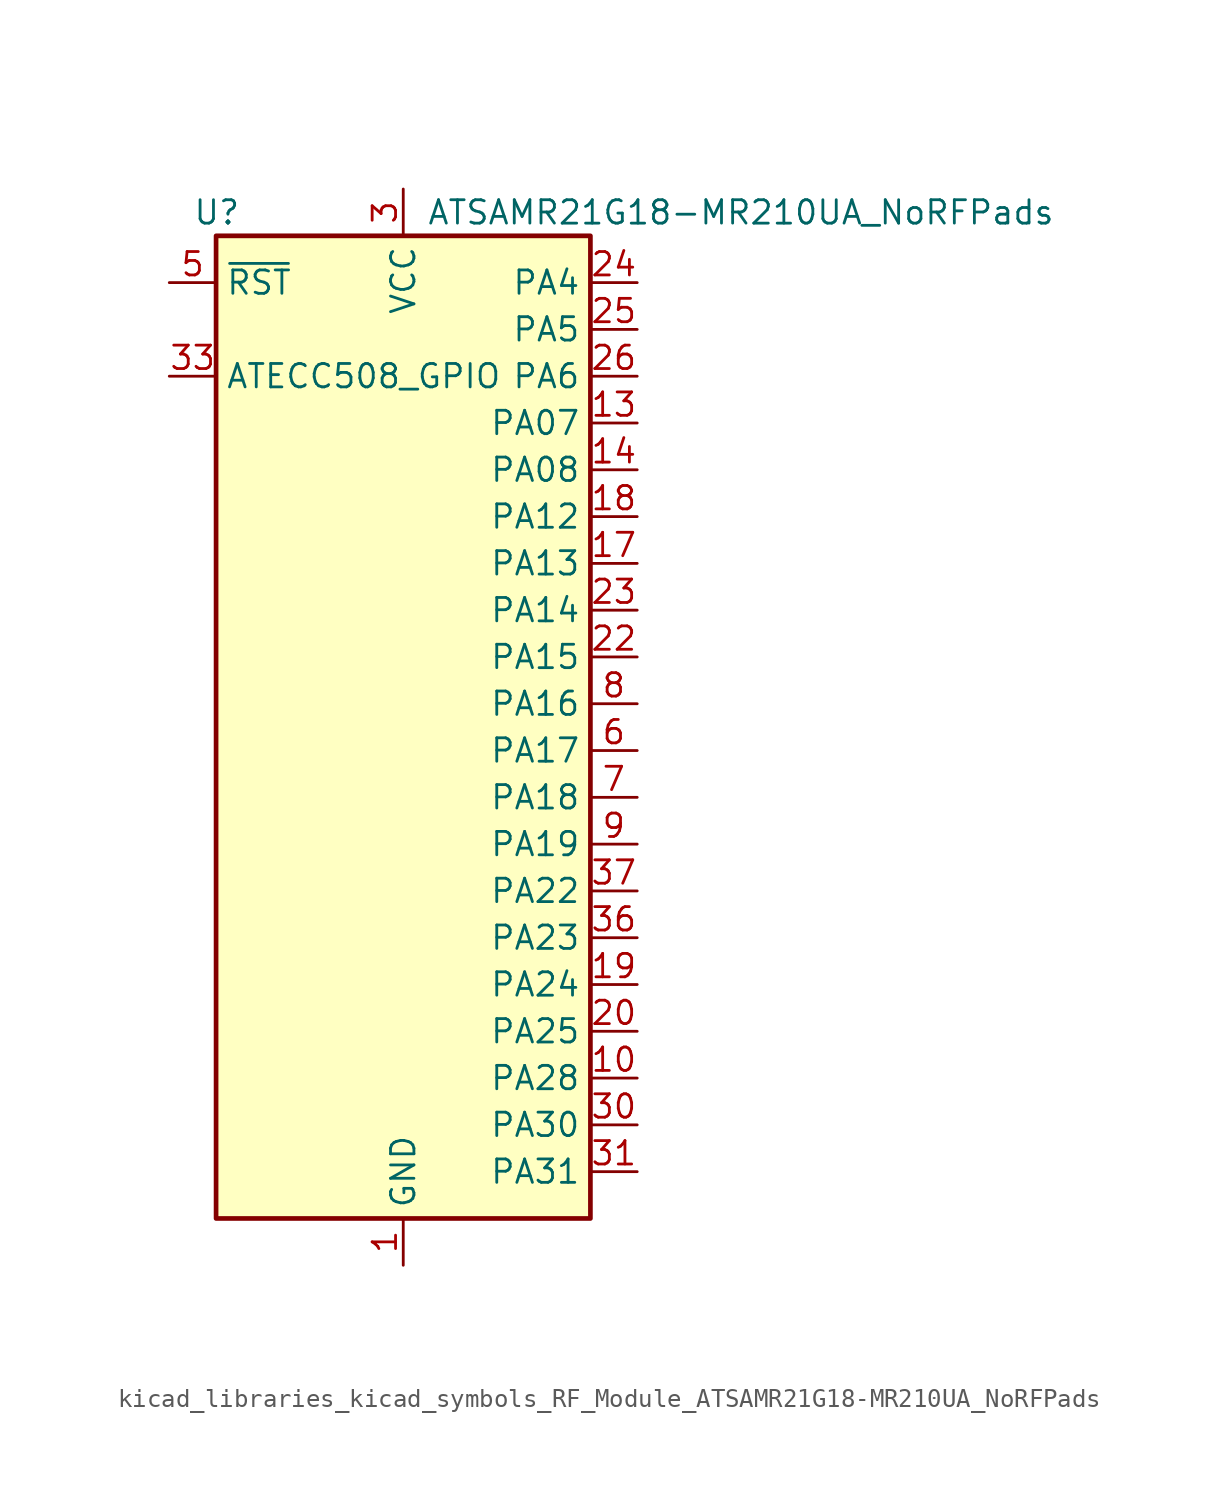
<source format=kicad_sym>
(kicad_symbol_lib
  (version 20220914)
  (generator kicad_symbol_editor)
  (symbol "kicad_libraries_kicad_symbols_RF_Module_ATSAMR21G18-MR210UA_NoRFPads"
    (property "Reference" "U"
      (at -11.43 29.21 0)
      (effects (font (size 1.27 1.27)) (justify left)))
    (property "Value" "ATSAMR21G18-MR210UA_NoRFPads"
      (at 1.27 29.21 0)
      (effects (font (size 1.27 1.27)) (justify left)))
    (symbol "kicad_libraries_kicad_symbols_RF_Module_ATSAMR21G18-MR210UA_NoRFPads_1_1"
      (rectangle (start -10.16 27.94) (end 10.16 -25.4) (stroke (width 0.254) (type default)) (fill (type background)))
      (pin power_in line (at 0 -27.94 90) (length 2.54) (name "GND" (effects (font (size 1.27 1.27)))) (number "1" (effects (font (size 1.27 1.27)))))
      (pin bidirectional line (at 12.7 -17.78 180) (length 2.54) (name "PA28" (effects (font (size 1.27 1.27)))) (number "10" (effects (font (size 1.27 1.27)))))
      (pin no_connect line (at -10.16 15.24 0) (length 2.54) hide (name "NC" (effects (font (size 1.27 1.27)))) (number "11" (effects (font (size 1.27 1.27)))))
      (pin passive line (at 0 -27.94 90) (length 2.54) hide (name "GND" (effects (font (size 1.27 1.27)))) (number "12" (effects (font (size 1.27 1.27)))))
      (pin bidirectional line (at 12.7 17.78 180) (length 2.54) (name "PA07" (effects (font (size 1.27 1.27)))) (number "13" (effects (font (size 1.27 1.27)))))
      (pin bidirectional line (at 12.7 15.24 180) (length 2.54) (name "PA08" (effects (font (size 1.27 1.27)))) (number "14" (effects (font (size 1.27 1.27)))))
      (pin no_connect line (at -10.16 12.7 0) (length 2.54) hide (name "NC" (effects (font (size 1.27 1.27)))) (number "15" (effects (font (size 1.27 1.27)))))
      (pin no_connect line (at -10.16 10.16 0) (length 2.54) hide (name "NC" (effects (font (size 1.27 1.27)))) (number "16" (effects (font (size 1.27 1.27)))))
      (pin bidirectional line (at 12.7 10.16 180) (length 2.54) (name "PA13" (effects (font (size 1.27 1.27)))) (number "17" (effects (font (size 1.27 1.27)))))
      (pin bidirectional line (at 12.7 12.7 180) (length 2.54) (name "PA12" (effects (font (size 1.27 1.27)))) (number "18" (effects (font (size 1.27 1.27)))))
      (pin bidirectional line (at 12.7 -12.7 180) (length 2.54) (name "PA24" (effects (font (size 1.27 1.27)))) (number "19" (effects (font (size 1.27 1.27)))))
      (pin passive line (at 0 -27.94 90) (length 2.54) hide (name "GND" (effects (font (size 1.27 1.27)))) (number "2" (effects (font (size 1.27 1.27)))))
      (pin bidirectional line (at 12.7 -15.24 180) (length 2.54) (name "PA25" (effects (font (size 1.27 1.27)))) (number "20" (effects (font (size 1.27 1.27)))))
      (pin no_connect line (at -10.16 7.62 0) (length 2.54) hide (name "NC" (effects (font (size 1.27 1.27)))) (number "21" (effects (font (size 1.27 1.27)))))
      (pin bidirectional line (at 12.7 5.08 180) (length 2.54) (name "PA15" (effects (font (size 1.27 1.27)))) (number "22" (effects (font (size 1.27 1.27)))))
      (pin bidirectional line (at 12.7 7.62 180) (length 2.54) (name "PA14" (effects (font (size 1.27 1.27)))) (number "23" (effects (font (size 1.27 1.27)))))
      (pin bidirectional line (at 12.7 25.4 180) (length 2.54) (name "PA4" (effects (font (size 1.27 1.27)))) (number "24" (effects (font (size 1.27 1.27)))))
      (pin bidirectional line (at 12.7 22.86 180) (length 2.54) (name "PA5" (effects (font (size 1.27 1.27)))) (number "25" (effects (font (size 1.27 1.27)))))
      (pin bidirectional line (at 12.7 20.32 180) (length 2.54) (name "PA6" (effects (font (size 1.27 1.27)))) (number "26" (effects (font (size 1.27 1.27)))))
      (pin no_connect line (at -10.16 5.08 0) (length 2.54) hide (name "NC" (effects (font (size 1.27 1.27)))) (number "27" (effects (font (size 1.27 1.27)))))
      (pin no_connect line (at -10.16 2.54 0) (length 2.54) hide (name "NC" (effects (font (size 1.27 1.27)))) (number "28" (effects (font (size 1.27 1.27)))))
      (pin passive line (at 0 -27.94 90) (length 2.54) hide (name "GND" (effects (font (size 1.27 1.27)))) (number "29" (effects (font (size 1.27 1.27)))))
      (pin power_in line (at 0 30.48 270) (length 2.54) (name "VCC" (effects (font (size 1.27 1.27)))) (number "3" (effects (font (size 1.27 1.27)))))
      (pin bidirectional line (at 12.7 -20.32 180) (length 2.54) (name "PA30" (effects (font (size 1.27 1.27)))) (number "30" (effects (font (size 1.27 1.27)))))
      (pin bidirectional line (at 12.7 -22.86 180) (length 2.54) (name "PA31" (effects (font (size 1.27 1.27)))) (number "31" (effects (font (size 1.27 1.27)))))
      (pin no_connect line (at -10.16 0 0) (length 2.54) hide (name "NC" (effects (font (size 1.27 1.27)))) (number "32" (effects (font (size 1.27 1.27)))))
      (pin bidirectional line (at -12.7 20.32 0) (length 2.54) (name "ATECC508_GPIO" (effects (font (size 1.27 1.27)))) (number "33" (effects (font (size 1.27 1.27)))))
      (pin no_connect line (at -10.16 -2.54 0) (length 2.54) hide (name "NC" (effects (font (size 1.27 1.27)))) (number "34" (effects (font (size 1.27 1.27)))))
      (pin no_connect line (at -10.16 -5.08 0) (length 2.54) hide (name "NC" (effects (font (size 1.27 1.27)))) (number "35" (effects (font (size 1.27 1.27)))))
      (pin bidirectional line (at 12.7 -10.16 180) (length 2.54) (name "PA23" (effects (font (size 1.27 1.27)))) (number "36" (effects (font (size 1.27 1.27)))))
      (pin bidirectional line (at 12.7 -7.62 180) (length 2.54) (name "PA22" (effects (font (size 1.27 1.27)))) (number "37" (effects (font (size 1.27 1.27)))))
      (pin no_connect line (at -10.16 -7.62 0) (length 2.54) hide (name "NC" (effects (font (size 1.27 1.27)))) (number "38" (effects (font (size 1.27 1.27)))))
      (pin no_connect line (at -10.16 -10.16 0) (length 2.54) hide (name "NC" (effects (font (size 1.27 1.27)))) (number "39" (effects (font (size 1.27 1.27)))))
      (pin passive line (at 0 30.48 270) (length 2.54) hide (name "VCC" (effects (font (size 1.27 1.27)))) (number "4" (effects (font (size 1.27 1.27)))))
      (pin no_connect line (at -10.16 -12.7 0) (length 2.54) hide (name "NC" (effects (font (size 1.27 1.27)))) (number "40" (effects (font (size 1.27 1.27)))))
      (pin passive line (at 0 -27.94 90) (length 2.54) hide (name "GND" (effects (font (size 1.27 1.27)))) (number "41" (effects (font (size 1.27 1.27)))))
      (pin passive line (at 0 -27.94 90) (length 2.54) hide (name "GND" (effects (font (size 1.27 1.27)))) (number "42" (effects (font (size 1.27 1.27)))))
      (pin input line (at -12.7 25.4 0) (length 2.54) (name "~{RST}" (effects (font (size 1.27 1.27)))) (number "5" (effects (font (size 1.27 1.27)))))
      (pin bidirectional line (at 12.7 0 180) (length 2.54) (name "PA17" (effects (font (size 1.27 1.27)))) (number "6" (effects (font (size 1.27 1.27)))))
      (pin bidirectional line (at 12.7 -2.54 180) (length 2.54) (name "PA18" (effects (font (size 1.27 1.27)))) (number "7" (effects (font (size 1.27 1.27)))))
      (pin bidirectional line (at 12.7 2.54 180) (length 2.54) (name "PA16" (effects (font (size 1.27 1.27)))) (number "8" (effects (font (size 1.27 1.27)))))
      (pin bidirectional line (at 12.7 -5.08 180) (length 2.54) (name "PA19" (effects (font (size 1.27 1.27)))) (number "9" (effects (font (size 1.27 1.27))))))))
</source>
